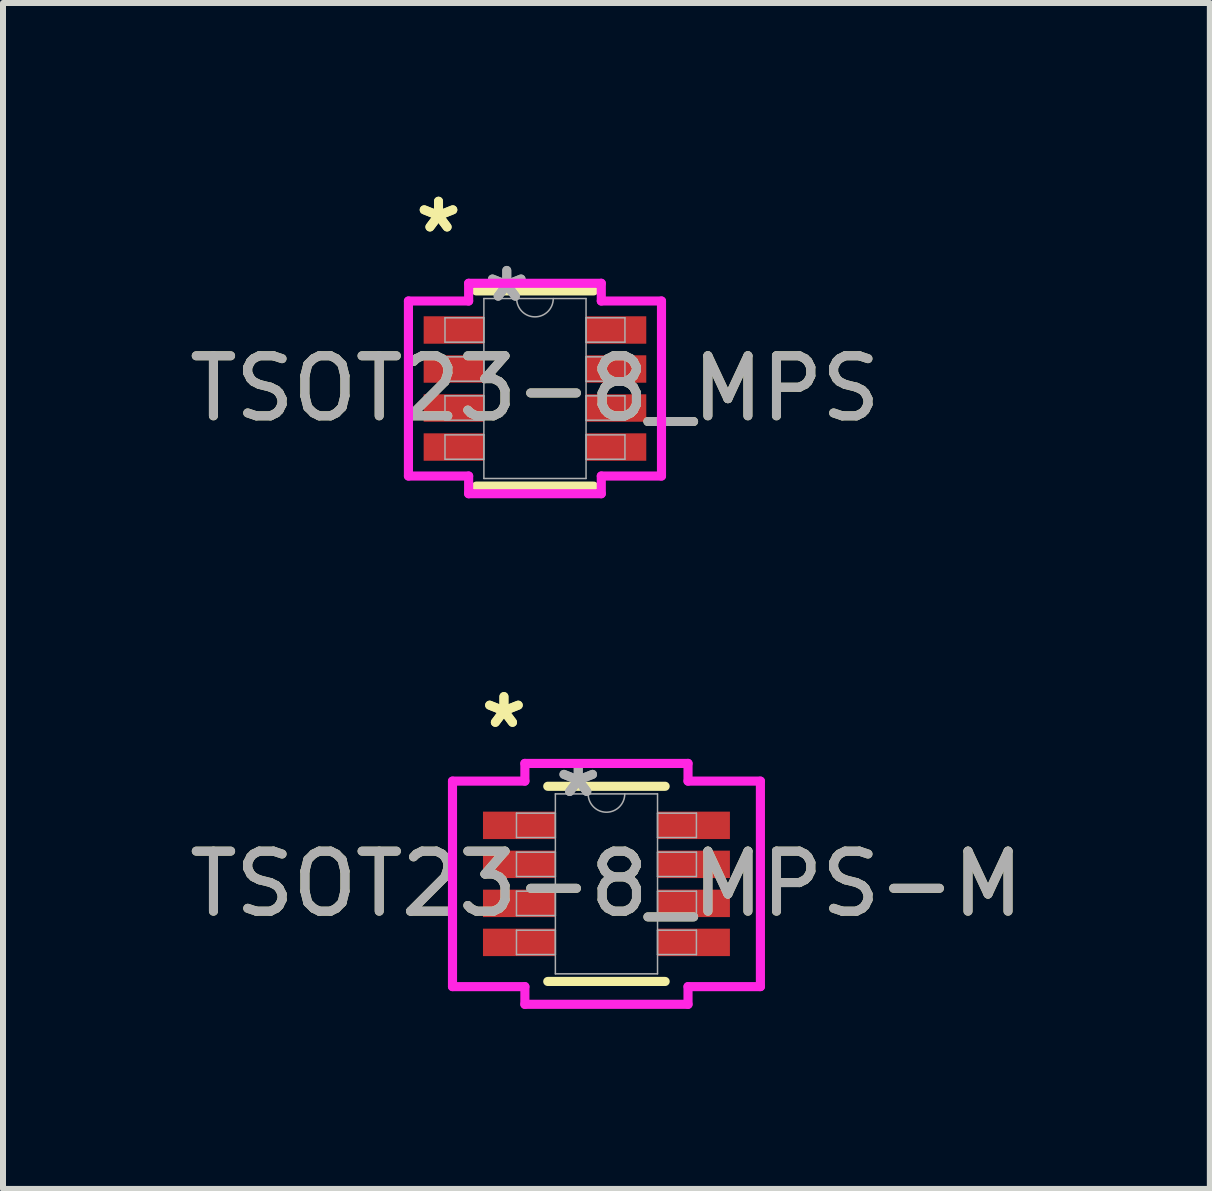
<source format=kicad_pcb>
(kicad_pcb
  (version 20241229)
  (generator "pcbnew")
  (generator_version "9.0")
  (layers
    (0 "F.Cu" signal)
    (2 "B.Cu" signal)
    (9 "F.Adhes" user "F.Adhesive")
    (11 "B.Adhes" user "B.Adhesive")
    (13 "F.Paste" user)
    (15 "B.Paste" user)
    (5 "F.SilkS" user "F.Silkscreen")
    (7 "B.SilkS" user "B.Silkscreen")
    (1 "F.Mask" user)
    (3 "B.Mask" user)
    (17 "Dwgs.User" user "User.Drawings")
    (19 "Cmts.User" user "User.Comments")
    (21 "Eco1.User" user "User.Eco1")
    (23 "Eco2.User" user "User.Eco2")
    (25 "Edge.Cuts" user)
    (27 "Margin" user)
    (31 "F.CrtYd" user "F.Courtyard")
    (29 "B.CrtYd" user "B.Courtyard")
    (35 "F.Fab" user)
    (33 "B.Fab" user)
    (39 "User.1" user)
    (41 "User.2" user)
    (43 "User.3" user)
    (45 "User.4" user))
  (footprint "TSOT23-8_MPS"
    (layer "F.Cu")
    (at 5.863 3.423)
    (property "Reference" "TSOT23-8_MPS" (at 0 0 0) (unlocked yes) (layer "F.SilkS") (effects (font (size 1 1) (thickness 0.15))))
    (attr smd)
    (fp_line (start -0.978 1.626) (end 0.978 1.626) (stroke (width 0.152) (type solid)) (layer "F.SilkS"))
    (fp_line (start 0.978 -1.626) (end -0.978 -1.626) (stroke (width 0.152) (type solid)) (layer "F.SilkS"))
    (fp_line (start -2.108 -1.458) (end -1.105 -1.458) (stroke (width 0.152) (type solid)) (layer "F.CrtYd"))
    (fp_line (start -2.108 1.458) (end -2.108 -1.458) (stroke (width 0.152) (type solid)) (layer "F.CrtYd"))
    (fp_line (start -2.108 1.458) (end -1.105 1.458) (stroke (width 0.152) (type solid)) (layer "F.CrtYd"))
    (fp_line (start -1.105 -1.753) (end 1.105 -1.753) (stroke (width 0.152) (type solid)) (layer "F.CrtYd"))
    (fp_line (start -1.105 -1.458) (end -1.105 -1.753) (stroke (width 0.152) (type solid)) (layer "F.CrtYd"))
    (fp_line (start -1.105 1.753) (end -1.105 1.458) (stroke (width 0.152) (type solid)) (layer "F.CrtYd"))
    (fp_line (start 1.105 -1.753) (end 1.105 -1.458) (stroke (width 0.152) (type solid)) (layer "F.CrtYd"))
    (fp_line (start 1.105 1.458) (end 1.105 1.753) (stroke (width 0.152) (type solid)) (layer "F.CrtYd"))
    (fp_line (start 1.105 1.753) (end -1.105 1.753) (stroke (width 0.152) (type solid)) (layer "F.CrtYd"))
    (fp_line (start 2.108 -1.458) (end 1.105 -1.458) (stroke (width 0.152) (type solid)) (layer "F.CrtYd"))
    (fp_line (start 2.108 -1.458) (end 2.108 1.458) (stroke (width 0.152) (type solid)) (layer "F.CrtYd"))
    (fp_line (start 2.108 1.458) (end 1.105 1.458) (stroke (width 0.152) (type solid)) (layer "F.CrtYd"))
    (fp_line (start -1.499 -1.178) (end -1.499 -0.772) (stroke (width 0.025) (type solid)) (layer "F.Fab"))
    (fp_line (start -1.499 -0.772) (end -0.851 -0.772) (stroke (width 0.025) (type solid)) (layer "F.Fab"))
    (fp_line (start -1.499 -0.528) (end -1.499 -0.122) (stroke (width 0.025) (type solid)) (layer "F.Fab"))
    (fp_line (start -1.499 -0.122) (end -0.851 -0.122) (stroke (width 0.025) (type solid)) (layer "F.Fab"))
    (fp_line (start -1.499 0.122) (end -1.499 0.528) (stroke (width 0.025) (type solid)) (layer "F.Fab"))
    (fp_line (start -1.499 0.528) (end -0.851 0.528) (stroke (width 0.025) (type solid)) (layer "F.Fab"))
    (fp_line (start -1.499 0.772) (end -1.499 1.178) (stroke (width 0.025) (type solid)) (layer "F.Fab"))
    (fp_line (start -1.499 1.178) (end -0.851 1.178) (stroke (width 0.025) (type solid)) (layer "F.Fab"))
    (fp_line (start -0.851 -1.499) (end -0.851 1.499) (stroke (width 0.025) (type solid)) (layer "F.Fab"))
    (fp_line (start -0.851 -1.178) (end -1.499 -1.178) (stroke (width 0.025) (type solid)) (layer "F.Fab"))
    (fp_line (start -0.851 -0.772) (end -0.851 -1.178) (stroke (width 0.025) (type solid)) (layer "F.Fab"))
    (fp_line (start -0.851 -0.528) (end -1.499 -0.528) (stroke (width 0.025) (type solid)) (layer "F.Fab"))
    (fp_line (start -0.851 -0.122) (end -0.851 -0.528) (stroke (width 0.025) (type solid)) (layer "F.Fab"))
    (fp_line (start -0.851 0.122) (end -1.499 0.122) (stroke (width 0.025) (type solid)) (layer "F.Fab"))
    (fp_line (start -0.851 0.528) (end -0.851 0.122) (stroke (width 0.025) (type solid)) (layer "F.Fab"))
    (fp_line (start -0.851 0.772) (end -1.499 0.772) (stroke (width 0.025) (type solid)) (layer "F.Fab"))
    (fp_line (start -0.851 1.178) (end -0.851 0.772) (stroke (width 0.025) (type solid)) (layer "F.Fab"))
    (fp_line (start -0.851 1.499) (end 0.851 1.499) (stroke (width 0.025) (type solid)) (layer "F.Fab"))
    (fp_line (start 0.851 -1.499) (end -0.851 -1.499) (stroke (width 0.025) (type solid)) (layer "F.Fab"))
    (fp_line (start 0.851 -1.178) (end 0.851 -0.772) (stroke (width 0.025) (type solid)) (layer "F.Fab"))
    (fp_line (start 0.851 -0.772) (end 1.499 -0.772) (stroke (width 0.025) (type solid)) (layer "F.Fab"))
    (fp_line (start 0.851 -0.528) (end 0.851 -0.122) (stroke (width 0.025) (type solid)) (layer "F.Fab"))
    (fp_line (start 0.851 -0.122) (end 1.499 -0.122) (stroke (width 0.025) (type solid)) (layer "F.Fab"))
    (fp_line (start 0.851 0.122) (end 0.851 0.528) (stroke (width 0.025) (type solid)) (layer "F.Fab"))
    (fp_line (start 0.851 0.528) (end 1.499 0.528) (stroke (width 0.025) (type solid)) (layer "F.Fab"))
    (fp_line (start 0.851 0.772) (end 0.851 1.178) (stroke (width 0.025) (type solid)) (layer "F.Fab"))
    (fp_line (start 0.851 1.178) (end 1.499 1.178) (stroke (width 0.025) (type solid)) (layer "F.Fab"))
    (fp_line (start 0.851 1.499) (end 0.851 -1.499) (stroke (width 0.025) (type solid)) (layer "F.Fab"))
    (fp_line (start 1.499 -1.178) (end 0.851 -1.178) (stroke (width 0.025) (type solid)) (layer "F.Fab"))
    (fp_line (start 1.499 -0.772) (end 1.499 -1.178) (stroke (width 0.025) (type solid)) (layer "F.Fab"))
    (fp_line (start 1.499 -0.528) (end 0.851 -0.528) (stroke (width 0.025) (type solid)) (layer "F.Fab"))
    (fp_line (start 1.499 -0.122) (end 1.499 -0.528) (stroke (width 0.025) (type solid)) (layer "F.Fab"))
    (fp_line (start 1.499 0.122) (end 0.851 0.122) (stroke (width 0.025) (type solid)) (layer "F.Fab"))
    (fp_line (start 1.499 0.528) (end 1.499 0.122) (stroke (width 0.025) (type solid)) (layer "F.Fab"))
    (fp_line (start 1.499 0.772) (end 0.851 0.772) (stroke (width 0.025) (type solid)) (layer "F.Fab"))
    (fp_line (start 1.499 1.178) (end 1.499 0.772) (stroke (width 0.025) (type solid)) (layer "F.Fab"))
    (fp_arc (start 0.3048 -1.4986) (mid 0 -1.1938) (end -0.3048 -1.4986) (stroke (width 0.0254) (type solid)) (layer "F.Fab"))
    (fp_text user "*" (at -1.607 -2.575 0) (layer "F.SilkS") (effects (font (size 1 1) (thickness 0.15))))
    (fp_text user "*" (at -1.607 -2.575 0) (unlocked yes) (layer "F.SilkS") (effects (font (size 1 1) (thickness 0.15))))
    (fp_text user "*" (at -0.47 -1.422 0) (layer "F.Fab") (effects (font (size 1 1) (thickness 0.15))))
    (fp_text user "${REFERENCE}" (at 0 0 0) (unlocked yes) (layer "F.Fab") (effects (font (size 1 1) (thickness 0.15))))
    (fp_text user "*" (at -0.47 -1.422 0) (unlocked yes) (layer "F.Fab") (effects (font (size 1 1) (thickness 0.15))))
    (pad "1" smd rect (at -1.353 -0.975) (size 1.003 0.457) (layers "F.Cu" "F.Mask" "F.Paste"))
    (pad "2" smd rect (at -1.353 -0.325) (size 1.003 0.457) (layers "F.Cu" "F.Mask" "F.Paste"))
    (pad "3" smd rect (at -1.353 0.325) (size 1.003 0.457) (layers "F.Cu" "F.Mask" "F.Paste"))
    (pad "4" smd rect (at -1.353 0.975) (size 1.003 0.457) (layers "F.Cu" "F.Mask" "F.Paste"))
    (pad "5" smd rect (at 1.353 0.975) (size 1.003 0.457) (layers "F.Cu" "F.Mask" "F.Paste"))
    (pad "6" smd rect (at 1.353 0.325) (size 1.003 0.457) (layers "F.Cu" "F.Mask" "F.Paste"))
    (pad "7" smd rect (at 1.353 -0.325) (size 1.003 0.457) (layers "F.Cu" "F.Mask" "F.Paste"))
    (pad "8" smd rect (at 1.353 -0.975) (size 1.003 0.457) (layers "F.Cu" "F.Mask" "F.Paste")))
  (footprint "TSOT23-8_MPS-M"
    (layer "F.Cu")
    (at 7.054 11.676)
    (property "Reference" "TSOT23-8_MPS-M" (at 0 0 0) (unlocked yes) (layer "F.SilkS") (effects (font (size 1 1) (thickness 0.15))))
    (attr smd)
    (fp_line (start -0.978 1.626) (end 0.978 1.626) (stroke (width 0.152) (type solid)) (layer "F.SilkS"))
    (fp_line (start 0.978 -1.626) (end -0.978 -1.626) (stroke (width 0.152) (type solid)) (layer "F.SilkS"))
    (fp_line (start -2.565 -1.712) (end -1.359 -1.712) (stroke (width 0.152) (type solid)) (layer "F.CrtYd"))
    (fp_line (start -2.565 1.712) (end -2.565 -1.712) (stroke (width 0.152) (type solid)) (layer "F.CrtYd"))
    (fp_line (start -2.565 1.712) (end -1.359 1.712) (stroke (width 0.152) (type solid)) (layer "F.CrtYd"))
    (fp_line (start -1.359 -2.007) (end 1.359 -2.007) (stroke (width 0.152) (type solid)) (layer "F.CrtYd"))
    (fp_line (start -1.359 -1.712) (end -1.359 -2.007) (stroke (width 0.152) (type solid)) (layer "F.CrtYd"))
    (fp_line (start -1.359 2.007) (end -1.359 1.712) (stroke (width 0.152) (type solid)) (layer "F.CrtYd"))
    (fp_line (start 1.359 -2.007) (end 1.359 -1.712) (stroke (width 0.152) (type solid)) (layer "F.CrtYd"))
    (fp_line (start 1.359 1.712) (end 1.359 2.007) (stroke (width 0.152) (type solid)) (layer "F.CrtYd"))
    (fp_line (start 1.359 2.007) (end -1.359 2.007) (stroke (width 0.152) (type solid)) (layer "F.CrtYd"))
    (fp_line (start 2.565 -1.712) (end 1.359 -1.712) (stroke (width 0.152) (type solid)) (layer "F.CrtYd"))
    (fp_line (start 2.565 -1.712) (end 2.565 1.712) (stroke (width 0.152) (type solid)) (layer "F.CrtYd"))
    (fp_line (start 2.565 1.712) (end 1.359 1.712) (stroke (width 0.152) (type solid)) (layer "F.CrtYd"))
    (fp_line (start -1.499 -1.178) (end -1.499 -0.772) (stroke (width 0.025) (type solid)) (layer "F.Fab"))
    (fp_line (start -1.499 -0.772) (end -0.851 -0.772) (stroke (width 0.025) (type solid)) (layer "F.Fab"))
    (fp_line (start -1.499 -0.528) (end -1.499 -0.122) (stroke (width 0.025) (type solid)) (layer "F.Fab"))
    (fp_line (start -1.499 -0.122) (end -0.851 -0.122) (stroke (width 0.025) (type solid)) (layer "F.Fab"))
    (fp_line (start -1.499 0.122) (end -1.499 0.528) (stroke (width 0.025) (type solid)) (layer "F.Fab"))
    (fp_line (start -1.499 0.528) (end -0.851 0.528) (stroke (width 0.025) (type solid)) (layer "F.Fab"))
    (fp_line (start -1.499 0.772) (end -1.499 1.178) (stroke (width 0.025) (type solid)) (layer "F.Fab"))
    (fp_line (start -1.499 1.178) (end -0.851 1.178) (stroke (width 0.025) (type solid)) (layer "F.Fab"))
    (fp_line (start -0.851 -1.499) (end -0.851 1.499) (stroke (width 0.025) (type solid)) (layer "F.Fab"))
    (fp_line (start -0.851 -1.178) (end -1.499 -1.178) (stroke (width 0.025) (type solid)) (layer "F.Fab"))
    (fp_line (start -0.851 -0.772) (end -0.851 -1.178) (stroke (width 0.025) (type solid)) (layer "F.Fab"))
    (fp_line (start -0.851 -0.528) (end -1.499 -0.528) (stroke (width 0.025) (type solid)) (layer "F.Fab"))
    (fp_line (start -0.851 -0.122) (end -0.851 -0.528) (stroke (width 0.025) (type solid)) (layer "F.Fab"))
    (fp_line (start -0.851 0.122) (end -1.499 0.122) (stroke (width 0.025) (type solid)) (layer "F.Fab"))
    (fp_line (start -0.851 0.528) (end -0.851 0.122) (stroke (width 0.025) (type solid)) (layer "F.Fab"))
    (fp_line (start -0.851 0.772) (end -1.499 0.772) (stroke (width 0.025) (type solid)) (layer "F.Fab"))
    (fp_line (start -0.851 1.178) (end -0.851 0.772) (stroke (width 0.025) (type solid)) (layer "F.Fab"))
    (fp_line (start -0.851 1.499) (end 0.851 1.499) (stroke (width 0.025) (type solid)) (layer "F.Fab"))
    (fp_line (start 0.851 -1.499) (end -0.851 -1.499) (stroke (width 0.025) (type solid)) (layer "F.Fab"))
    (fp_line (start 0.851 -1.178) (end 0.851 -0.772) (stroke (width 0.025) (type solid)) (layer "F.Fab"))
    (fp_line (start 0.851 -0.772) (end 1.499 -0.772) (stroke (width 0.025) (type solid)) (layer "F.Fab"))
    (fp_line (start 0.851 -0.528) (end 0.851 -0.122) (stroke (width 0.025) (type solid)) (layer "F.Fab"))
    (fp_line (start 0.851 -0.122) (end 1.499 -0.122) (stroke (width 0.025) (type solid)) (layer "F.Fab"))
    (fp_line (start 0.851 0.122) (end 0.851 0.528) (stroke (width 0.025) (type solid)) (layer "F.Fab"))
    (fp_line (start 0.851 0.528) (end 1.499 0.528) (stroke (width 0.025) (type solid)) (layer "F.Fab"))
    (fp_line (start 0.851 0.772) (end 0.851 1.178) (stroke (width 0.025) (type solid)) (layer "F.Fab"))
    (fp_line (start 0.851 1.178) (end 1.499 1.178) (stroke (width 0.025) (type solid)) (layer "F.Fab"))
    (fp_line (start 0.851 1.499) (end 0.851 -1.499) (stroke (width 0.025) (type solid)) (layer "F.Fab"))
    (fp_line (start 1.499 -1.178) (end 0.851 -1.178) (stroke (width 0.025) (type solid)) (layer "F.Fab"))
    (fp_line (start 1.499 -0.772) (end 1.499 -1.178) (stroke (width 0.025) (type solid)) (layer "F.Fab"))
    (fp_line (start 1.499 -0.528) (end 0.851 -0.528) (stroke (width 0.025) (type solid)) (layer "F.Fab"))
    (fp_line (start 1.499 -0.122) (end 1.499 -0.528) (stroke (width 0.025) (type solid)) (layer "F.Fab"))
    (fp_line (start 1.499 0.122) (end 0.851 0.122) (stroke (width 0.025) (type solid)) (layer "F.Fab"))
    (fp_line (start 1.499 0.528) (end 1.499 0.122) (stroke (width 0.025) (type solid)) (layer "F.Fab"))
    (fp_line (start 1.499 0.772) (end 0.851 0.772) (stroke (width 0.025) (type solid)) (layer "F.Fab"))
    (fp_line (start 1.499 1.178) (end 1.499 0.772) (stroke (width 0.025) (type solid)) (layer "F.Fab"))
    (fp_arc (start 0.3048 -1.4986) (mid 0 -1.1938) (end -0.3048 -1.4986) (stroke (width 0.0254) (type solid)) (layer "F.Fab"))
    (fp_text user "*" (at -1.708 -2.575 0) (layer "F.SilkS") (effects (font (size 1 1) (thickness 0.15))))
    (fp_text user "*" (at -1.708 -2.575 0) (unlocked yes) (layer "F.SilkS") (effects (font (size 1 1) (thickness 0.15))))
    (fp_text user "${REFERENCE}" (at 0 0 0) (unlocked yes) (layer "F.Fab") (effects (font (size 1 1) (thickness 0.15))))
    (fp_text user "*" (at -0.47 -1.422 0) (unlocked yes) (layer "F.Fab") (effects (font (size 1 1) (thickness 0.15))))
    (fp_text user "*" (at -0.47 -1.422 0) (layer "F.Fab") (effects (font (size 1 1) (thickness 0.15))))
    (pad "1" smd rect (at -1.454 -0.975) (size 1.206 0.457) (layers "F.Cu" "F.Mask" "F.Paste"))
    (pad "2" smd rect (at -1.454 -0.325) (size 1.206 0.457) (layers "F.Cu" "F.Mask" "F.Paste"))
    (pad "3" smd rect (at -1.454 0.325) (size 1.206 0.457) (layers "F.Cu" "F.Mask" "F.Paste"))
    (pad "4" smd rect (at -1.454 0.975) (size 1.206 0.457) (layers "F.Cu" "F.Mask" "F.Paste"))
    (pad "5" smd rect (at 1.454 0.975) (size 1.206 0.457) (layers "F.Cu" "F.Mask" "F.Paste"))
    (pad "6" smd rect (at 1.454 0.325) (size 1.206 0.457) (layers "F.Cu" "F.Mask" "F.Paste"))
    (pad "7" smd rect (at 1.454 -0.325) (size 1.206 0.457) (layers "F.Cu" "F.Mask" "F.Paste"))
    (pad "8" smd rect (at 1.454 -0.975) (size 1.206 0.457) (layers "F.Cu" "F.Mask" "F.Paste")))
  (gr_rect
    (start -3 -3)
    (end 17.107 16.759)
    (stroke (width 0.1) (type default))
    (fill no)
    (layer "Edge.Cuts")))
</source>
